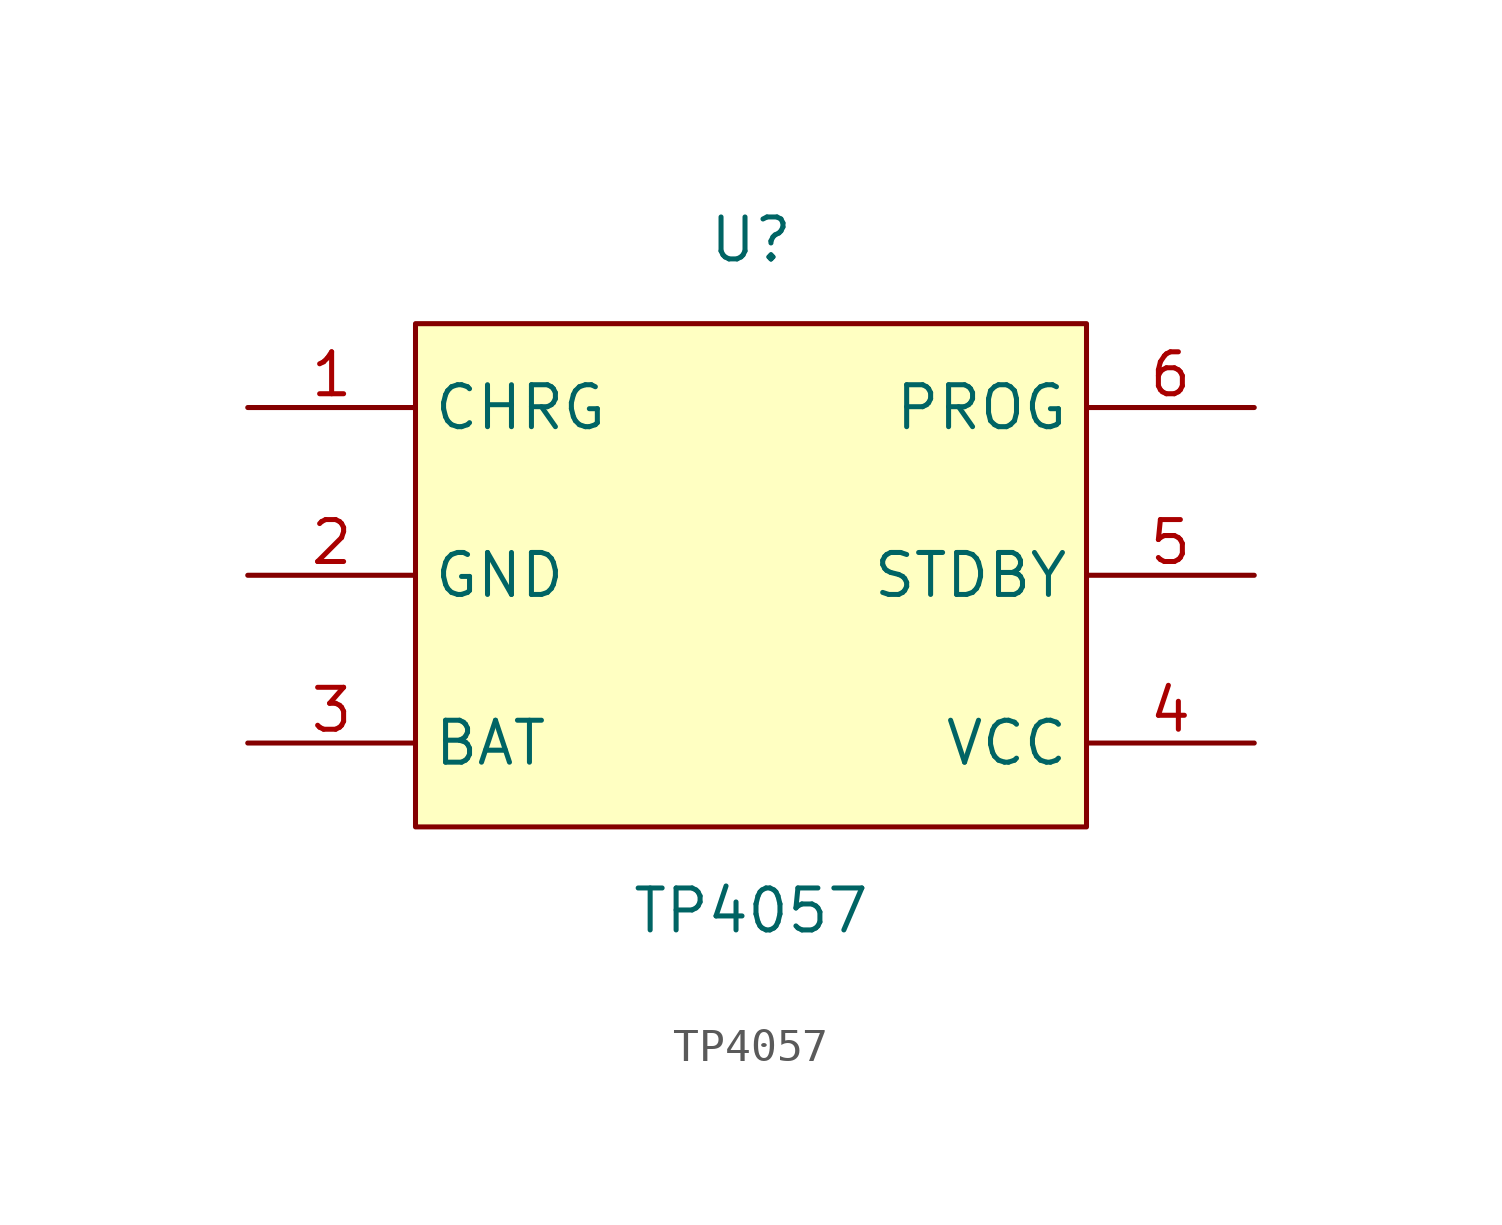
<source format=kicad_sym>
(kicad_symbol_lib
  (version 20211014)
  (generator https://github.com/uPesy/easyeda2kicad.py)
  (symbol "TP4057"
    (property "Reference" "U"
      (at 0 10.16 0)
      (effects (font (size 1.27 1.27))))
    (property "Value" "TP4057"
      (at 0 -10.16 0)
      (effects (font (size 1.27 1.27))))
    (symbol "TP4057_0_1"
      (rectangle (start -10.16 7.62) (end 10.16 -7.62) (stroke (width 0) (type default) (color 0 0 0 0)) (fill (type background)))
      (pin unspecified line (at -15.24 5.08 0) (length 5.08) (name "CHRG" (effects (font (size 1.27 1.27)))) (number "1" (effects (font (size 1.27 1.27)))))
      (pin unspecified line (at -15.24 -0.00 0) (length 5.08) (name "GND" (effects (font (size 1.27 1.27)))) (number "2" (effects (font (size 1.27 1.27)))))
      (pin unspecified line (at -15.24 -5.08 0) (length 5.08) (name "BAT" (effects (font (size 1.27 1.27)))) (number "3" (effects (font (size 1.27 1.27)))))
      (pin unspecified line (at 15.24 5.08 180) (length 5.08) (name "PROG" (effects (font (size 1.27 1.27)))) (number "6" (effects (font (size 1.27 1.27)))))
      (pin unspecified line (at 15.24 -0.00 180) (length 5.08) (name "STDBY" (effects (font (size 1.27 1.27)))) (number "5" (effects (font (size 1.27 1.27)))))
      (pin unspecified line (at 15.24 -5.08 180) (length 5.08) (name "VCC" (effects (font (size 1.27 1.27)))) (number "4" (effects (font (size 1.27 1.27))))))))
</source>
